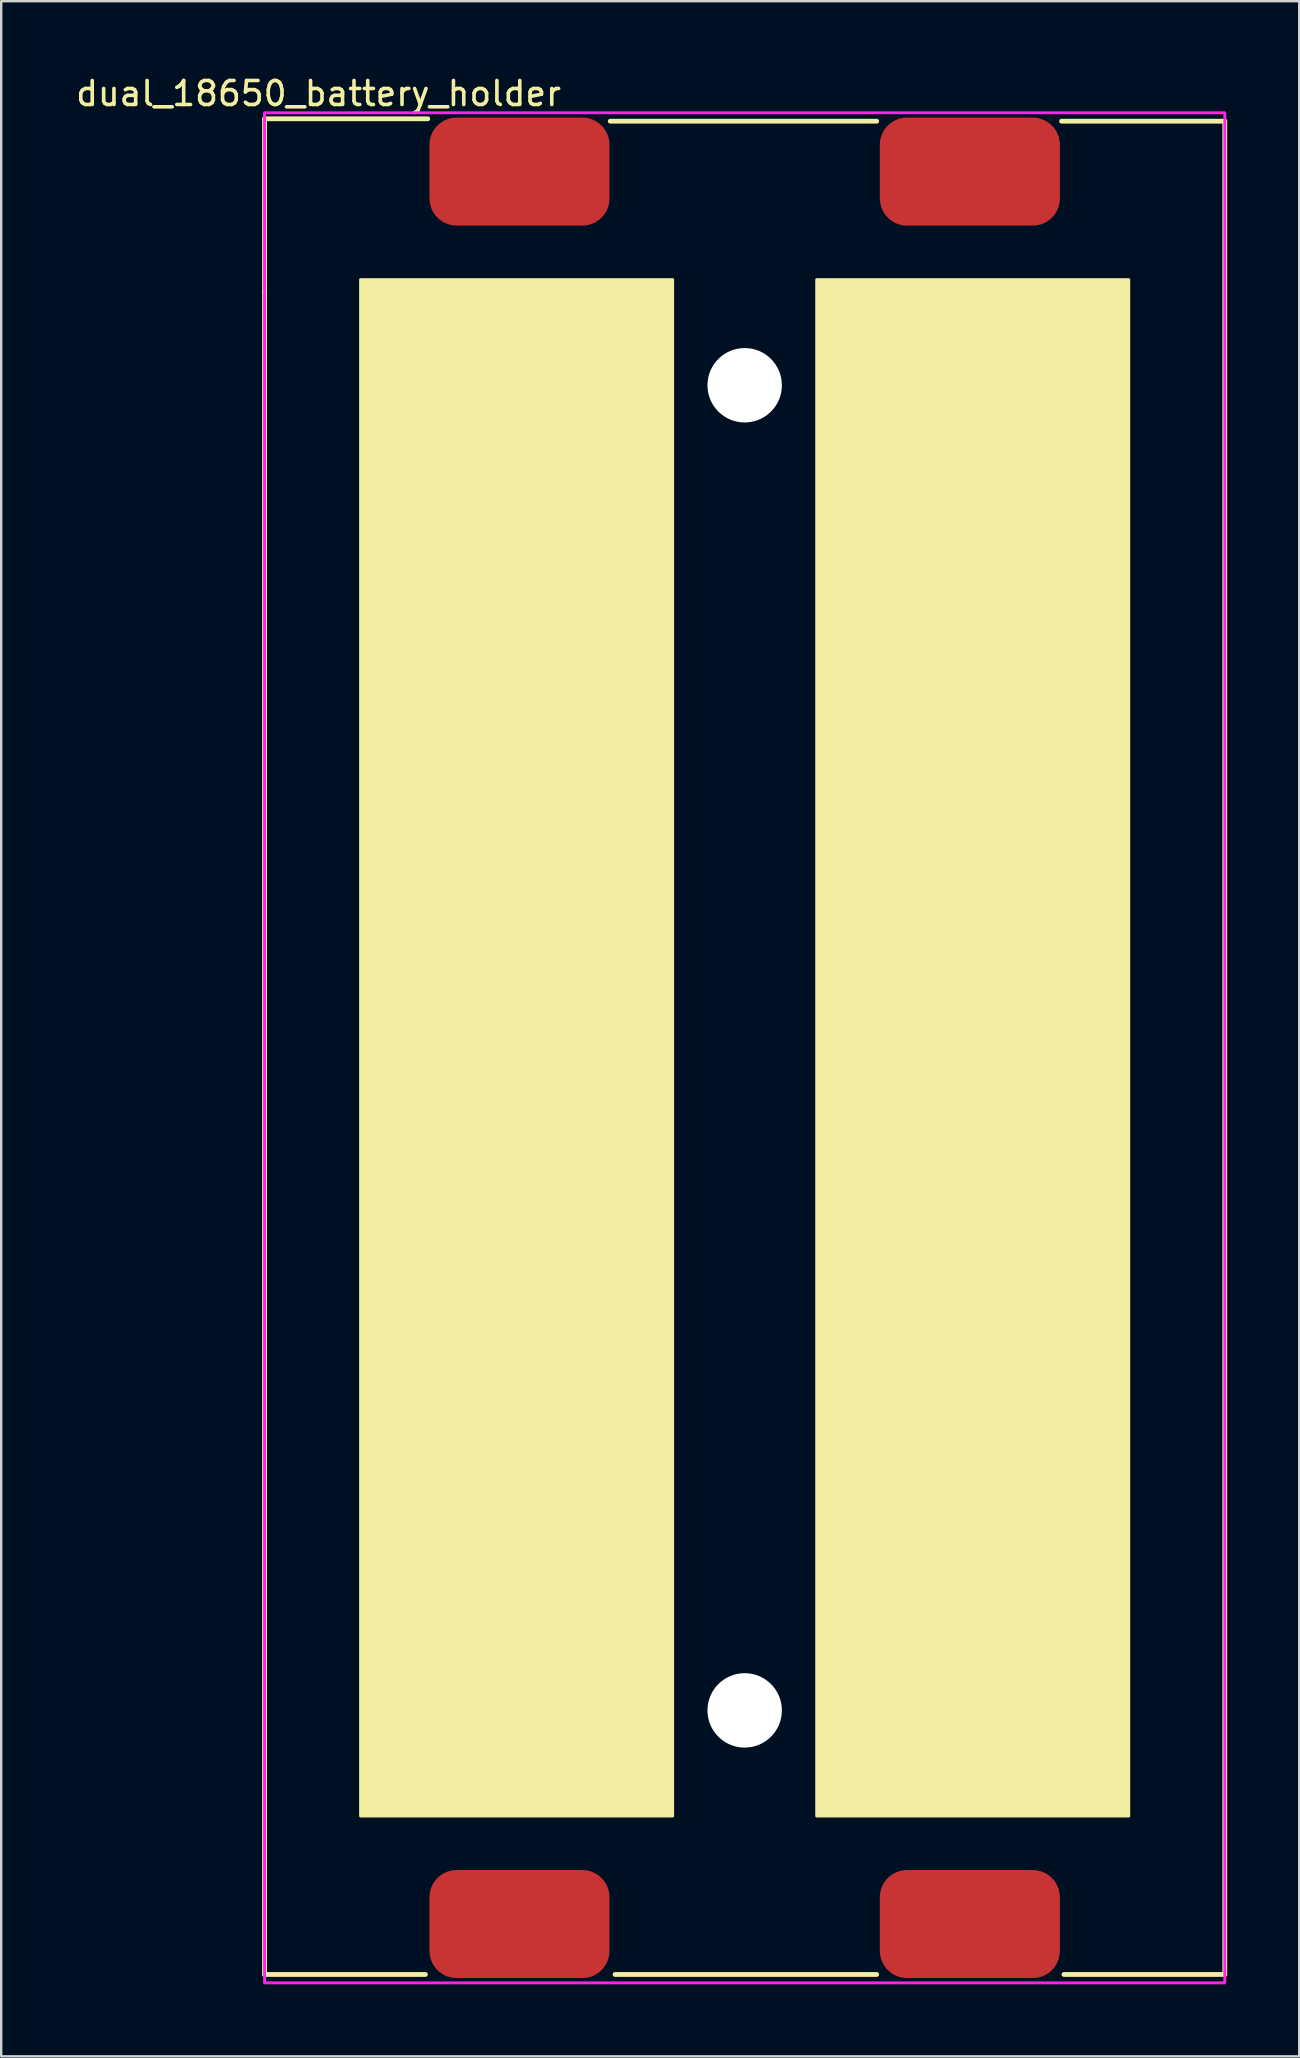
<source format=kicad_pcb>
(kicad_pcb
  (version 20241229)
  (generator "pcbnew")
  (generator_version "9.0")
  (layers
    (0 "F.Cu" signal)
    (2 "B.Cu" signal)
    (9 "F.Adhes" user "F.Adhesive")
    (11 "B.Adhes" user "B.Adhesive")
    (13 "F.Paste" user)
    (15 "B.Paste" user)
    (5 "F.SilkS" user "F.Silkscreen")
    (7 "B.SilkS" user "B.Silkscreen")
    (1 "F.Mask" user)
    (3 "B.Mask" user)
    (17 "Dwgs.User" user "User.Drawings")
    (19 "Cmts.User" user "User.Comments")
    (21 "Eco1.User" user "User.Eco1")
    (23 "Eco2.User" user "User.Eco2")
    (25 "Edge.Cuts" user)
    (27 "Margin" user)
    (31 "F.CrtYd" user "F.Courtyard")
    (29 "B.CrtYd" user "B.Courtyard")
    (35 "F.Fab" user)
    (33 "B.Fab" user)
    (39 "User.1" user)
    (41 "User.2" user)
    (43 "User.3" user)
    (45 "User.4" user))
  (footprint "dual_18650_battery_holder"
    (layer "F.Cu")
    (at 27.97 40.598)
    (property "Reference" "dual_18650_battery_holder" (at -17.75 -39.75 0) (unlocked yes) (layer "F.SilkS") (effects (font (size 1 1) (thickness 0.15))))
    (attr smd)
    (fp_line (start -20 -38.7) (end -20 -31.5) (stroke (width 0.2) (type default)) (layer "F.SilkS"))
    (fp_line (start -20 -38.7) (end -13.2 -38.7) (stroke (width 0.2) (type default)) (layer "F.SilkS"))
    (fp_line (start -20 -31.5) (end -20 38.6) (stroke (width 0.2) (type default)) (layer "F.SilkS"))
    (fp_line (start -20 38.6) (end -13.3 38.6) (stroke (width 0.2) (type default)) (layer "F.SilkS"))
    (fp_line (start -5.6 -38.6) (end 5.5 -38.6) (stroke (width 0.2) (type default)) (layer "F.SilkS"))
    (fp_line (start -5.4 38.6) (end 5.5 38.6) (stroke (width 0.2) (type default)) (layer "F.SilkS"))
    (fp_line (start 13.3 38.6) (end 20 38.6) (stroke (width 0.2) (type default)) (layer "F.SilkS"))
    (fp_line (start 20 -38.6) (end 13.2 -38.6) (stroke (width 0.2) (type default)) (layer "F.SilkS"))
    (fp_line (start 20 38.6) (end 20 -38.6) (stroke (width 0.2) (type default)) (layer "F.SilkS"))
    (fp_rect (start -16 -32) (end -3 32) (stroke (width 0.12) (type solid)) (fill yes) (layer "F.SilkS"))
    (fp_rect (start 3 -32) (end 16 32) (stroke (width 0.12) (type solid)) (fill yes) (layer "F.SilkS"))
    (fp_rect (start -20 -38.95) (end 20 38.95) (stroke (width 0.12) (type default)) (fill no) (layer "F.CrtYd"))
    (pad "" np_thru_hole circle (at 0 -27.6) (size 3.1 3.1) (drill 3.1) (layers "*.Cu" "*.Mask"))
    (pad "" np_thru_hole circle (at 0 27.6) (size 3.1 3.1) (drill 3.1) (layers "*.Cu" "*.Mask"))
    (pad "1" smd roundrect (at -9.38 -36.5) (size 7.5 4.5) (layers "F.Cu" "F.Mask" "F.Paste") (roundrect_rratio 0.25))
    (pad "2" smd roundrect (at 9.38 -36.5) (size 7.5 4.5) (layers "F.Cu" "F.Mask" "F.Paste") (roundrect_rratio 0.25))
    (pad "3" smd roundrect (at -9.38 36.5) (size 7.5 4.5) (layers "F.Cu" "F.Mask" "F.Paste") (roundrect_rratio 0.25))
    (pad "4" smd roundrect (at 9.38 36.5) (size 7.5 4.5) (layers "F.Cu" "F.Mask" "F.Paste") (roundrect_rratio 0.25)))
  (gr_rect
    (start -3 -3)
    (end 51.07 82.608)
    (stroke (width 0.1) (type default))
    (fill no)
    (layer "Edge.Cuts")))
</source>
